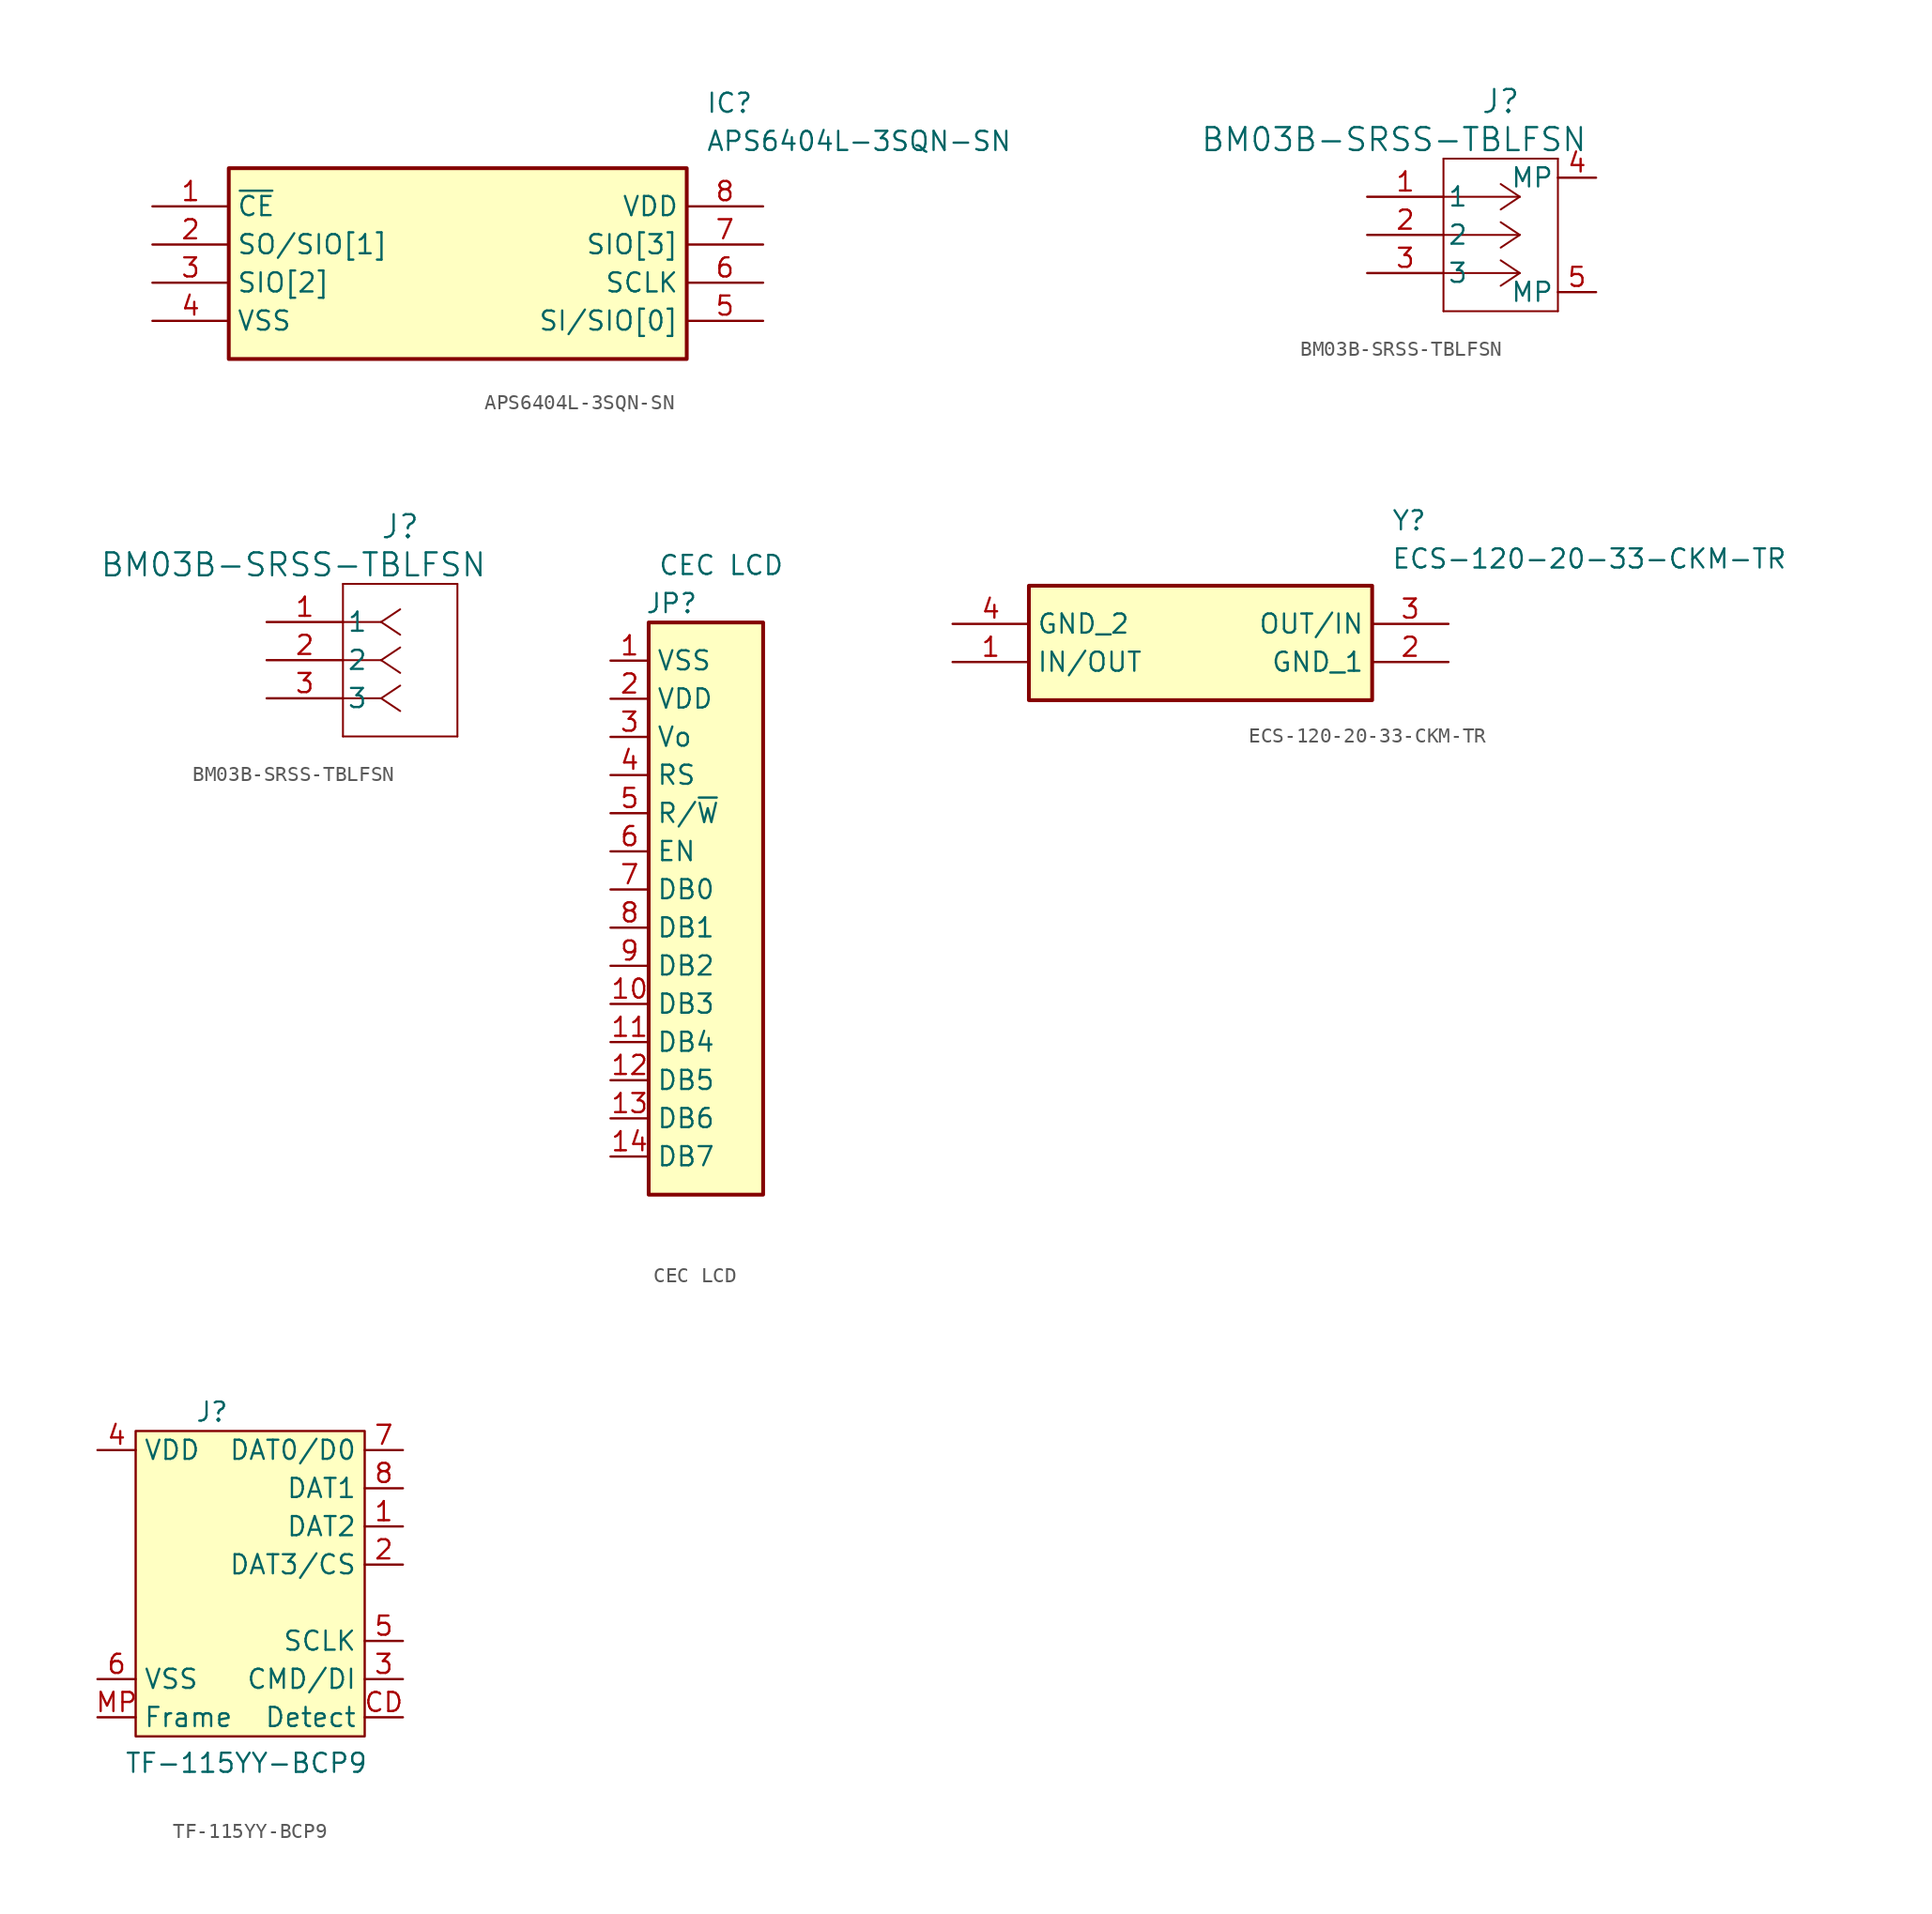
<source format=kicad_sym>
(kicad_symbol_lib
  (version 20231120)
  (generator "kicad_symbol_editor")
  (generator_version "8.0")
  (symbol "APS6404L-3SQN-SN"
    (property "Reference" "IC"
      (at 36.83 7.62 0)
      (effects (font (size 1.27 1.27)) (justify left top)))
    (property "Value" "APS6404L-3SQN-SN"
      (at 36.83 5.08 0)
      (effects (font (size 1.27 1.27)) (justify left top)))
    (symbol "APS6404L-3SQN-SN_1_1"
      (rectangle (start 5.08 2.54) (end 35.56 -10.16) (stroke (width 0.254) (type default)) (fill (type background)))
      (pin passive line (at 0 0 0) (length 5.08) (name "~{CE}" (effects (font (size 1.27 1.27)))) (number "1" (effects (font (size 1.27 1.27)))))
      (pin passive line (at 0 -2.54 0) (length 5.08) (name "SO/SIO[1]" (effects (font (size 1.27 1.27)))) (number "2" (effects (font (size 1.27 1.27)))))
      (pin passive line (at 0 -5.08 0) (length 5.08) (name "SIO[2]" (effects (font (size 1.27 1.27)))) (number "3" (effects (font (size 1.27 1.27)))))
      (pin passive line (at 0 -7.62 0) (length 5.08) (name "VSS" (effects (font (size 1.27 1.27)))) (number "4" (effects (font (size 1.27 1.27)))))
      (pin passive line (at 40.64 -7.62 180) (length 5.08) (name "SI/SIO[0]" (effects (font (size 1.27 1.27)))) (number "5" (effects (font (size 1.27 1.27)))))
      (pin passive line (at 40.64 -5.08 180) (length 5.08) (name "SCLK" (effects (font (size 1.27 1.27)))) (number "6" (effects (font (size 1.27 1.27)))))
      (pin passive line (at 40.64 -2.54 180) (length 5.08) (name "SIO[3]" (effects (font (size 1.27 1.27)))) (number "7" (effects (font (size 1.27 1.27)))))
      (pin passive line (at 40.64 0 180) (length 5.08) (name "VDD" (effects (font (size 1.27 1.27)))) (number "8" (effects (font (size 1.27 1.27)))))))
  (symbol "BM03B-SRSS-TBLFSN"
    (pin_names
      (offset 0.254))
    (property "Reference" "J"
      (at 8.89 6.35 0)
      (effects (font (size 1.524 1.524))))
    (property "Value" "BM03B-SRSS-TBLFSN"
      (at 1.778 3.81 0)
      (effects (font (size 1.524 1.524))))
    (property "ki_locked" ""
      (at 0 0 0)
      (effects (font (size 1.27 1.27))))
    (symbol "BM03B-SRSS-TBLFSN_1_1"
      (polyline (pts (xy 5.08 -7.62) (xy 12.7 -7.62)) (stroke (width 0.127) (type default)) (fill (type none)))
      (polyline (pts (xy 5.08 2.54) (xy 5.08 -7.62)) (stroke (width 0.127) (type default)) (fill (type none)))
      (polyline (pts (xy 10.16 -5.08) (xy 5.08 -5.08)) (stroke (width 0.127) (type default)) (fill (type none)))
      (polyline (pts (xy 10.16 -5.08) (xy 8.89 -5.927)) (stroke (width 0.127) (type default)) (fill (type none)))
      (polyline (pts (xy 10.16 -5.08) (xy 8.89 -4.233)) (stroke (width 0.127) (type default)) (fill (type none)))
      (polyline (pts (xy 10.16 -2.54) (xy 5.08 -2.54)) (stroke (width 0.127) (type default)) (fill (type none)))
      (polyline (pts (xy 10.16 -2.54) (xy 8.89 -3.387)) (stroke (width 0.127) (type default)) (fill (type none)))
      (polyline (pts (xy 10.16 -2.54) (xy 8.89 -1.693)) (stroke (width 0.127) (type default)) (fill (type none)))
      (polyline (pts (xy 10.16 0) (xy 5.08 0)) (stroke (width 0.127) (type default)) (fill (type none)))
      (polyline (pts (xy 10.16 0) (xy 8.89 -0.847)) (stroke (width 0.127) (type default)) (fill (type none)))
      (polyline (pts (xy 10.16 0) (xy 8.89 0.847)) (stroke (width 0.127) (type default)) (fill (type none)))
      (polyline (pts (xy 12.7 -7.62) (xy 12.7 2.54)) (stroke (width 0.127) (type default)) (fill (type none)))
      (polyline (pts (xy 12.7 2.54) (xy 5.08 2.54)) (stroke (width 0.127) (type default)) (fill (type none)))
      (pin unspecified line (at 0 0 0) (length 5.08) (name "1" (effects (font (size 1.27 1.27)))) (number "1" (effects (font (size 1.27 1.27)))))
      (pin unspecified line (at 0 -2.54 0) (length 5.08) (name "2" (effects (font (size 1.27 1.27)))) (number "2" (effects (font (size 1.27 1.27)))))
      (pin unspecified line (at 0 -5.08 0) (length 5.08) (name "3" (effects (font (size 1.27 1.27)))) (number "3" (effects (font (size 1.27 1.27)))))
      (pin passive line (at 15.24 1.27 180) (length 2.54) (name "MP" (effects (font (size 1.27 1.27)))) (number "4" (effects (font (size 1.27 1.27)))))
      (pin passive line (at 15.24 -6.35 180) (length 2.54) (name "MP" (effects (font (size 1.27 1.27)))) (number "5" (effects (font (size 1.27 1.27))))))
    (symbol "BM03B-SRSS-TBLFSN_1_2"
      (polyline (pts (xy 5.08 -7.62) (xy 12.7 -7.62)) (stroke (width 0.127) (type default)) (fill (type none)))
      (polyline (pts (xy 5.08 2.54) (xy 5.08 -7.62)) (stroke (width 0.127) (type default)) (fill (type none)))
      (polyline (pts (xy 7.62 -5.08) (xy 5.08 -5.08)) (stroke (width 0.127) (type default)) (fill (type none)))
      (polyline (pts (xy 7.62 -5.08) (xy 8.89 -5.927)) (stroke (width 0.127) (type default)) (fill (type none)))
      (polyline (pts (xy 7.62 -5.08) (xy 8.89 -4.233)) (stroke (width 0.127) (type default)) (fill (type none)))
      (polyline (pts (xy 7.62 -2.54) (xy 5.08 -2.54)) (stroke (width 0.127) (type default)) (fill (type none)))
      (polyline (pts (xy 7.62 -2.54) (xy 8.89 -3.387)) (stroke (width 0.127) (type default)) (fill (type none)))
      (polyline (pts (xy 7.62 -2.54) (xy 8.89 -1.693)) (stroke (width 0.127) (type default)) (fill (type none)))
      (polyline (pts (xy 7.62 0) (xy 5.08 0)) (stroke (width 0.127) (type default)) (fill (type none)))
      (polyline (pts (xy 7.62 0) (xy 8.89 -0.847)) (stroke (width 0.127) (type default)) (fill (type none)))
      (polyline (pts (xy 7.62 0) (xy 8.89 0.847)) (stroke (width 0.127) (type default)) (fill (type none)))
      (polyline (pts (xy 12.7 -7.62) (xy 12.7 2.54)) (stroke (width 0.127) (type default)) (fill (type none)))
      (polyline (pts (xy 12.7 2.54) (xy 5.08 2.54)) (stroke (width 0.127) (type default)) (fill (type none)))
      (pin unspecified line (at 0 0 0) (length 5.08) (name "1" (effects (font (size 1.27 1.27)))) (number "1" (effects (font (size 1.27 1.27)))))
      (pin unspecified line (at 0 -2.54 0) (length 5.08) (name "2" (effects (font (size 1.27 1.27)))) (number "2" (effects (font (size 1.27 1.27)))))
      (pin unspecified line (at 0 -5.08 0) (length 5.08) (name "3" (effects (font (size 1.27 1.27)))) (number "3" (effects (font (size 1.27 1.27)))))))
  (symbol "CEC LCD"
    (property "Reference" "JP"
      (at 4.064 3.81 0)
      (effects (font (size 1.27 1.27))))
    (property "Value" "CEC LCD"
      (at 7.366 6.35 0)
      (effects (font (size 1.27 1.27))))
    (symbol "CEC LCD_0_1"
      (rectangle (start 2.54 2.54) (end 10.16 -35.56) (stroke (width 0.254) (type default)) (fill (type background))))
    (symbol "CEC LCD_1_1"
      (pin power_in line (at 0 0 0) (length 2.54) (name "VSS" (effects (font (size 1.27 1.27)))) (number "1" (effects (font (size 1.27 1.27)))))
      (pin bidirectional line (at 0 -22.86 0) (length 2.54) (name "DB3" (effects (font (size 1.27 1.27)))) (number "10" (effects (font (size 1.27 1.27)))))
      (pin bidirectional line (at 0 -25.4 0) (length 2.54) (name "DB4" (effects (font (size 1.27 1.27)))) (number "11" (effects (font (size 1.27 1.27)))))
      (pin bidirectional line (at 0 -27.94 0) (length 2.54) (name "DB5" (effects (font (size 1.27 1.27)))) (number "12" (effects (font (size 1.27 1.27)))))
      (pin bidirectional line (at 0 -30.48 0) (length 2.54) (name "DB6" (effects (font (size 1.27 1.27)))) (number "13" (effects (font (size 1.27 1.27)))))
      (pin bidirectional line (at 0 -33.02 0) (length 2.54) (name "DB7" (effects (font (size 1.27 1.27)))) (number "14" (effects (font (size 1.27 1.27)))))
      (pin power_in line (at 0 -2.54 0) (length 2.54) (name "VDD" (effects (font (size 1.27 1.27)))) (number "2" (effects (font (size 1.27 1.27)))))
      (pin input line (at 0 -5.08 0) (length 2.54) (name "Vo" (effects (font (size 1.27 1.27)))) (number "3" (effects (font (size 1.27 1.27)))))
      (pin input line (at 0 -7.62 0) (length 2.54) (name "RS" (effects (font (size 1.27 1.27)))) (number "4" (effects (font (size 1.27 1.27)))))
      (pin input line (at 0 -10.16 0) (length 2.54) (name "R/~{W}" (effects (font (size 1.27 1.27)))) (number "5" (effects (font (size 1.27 1.27)))))
      (pin input line (at 0 -12.7 0) (length 2.54) (name "EN" (effects (font (size 1.27 1.27)))) (number "6" (effects (font (size 1.27 1.27)))))
      (pin bidirectional line (at 0 -15.24 0) (length 2.54) (name "DB0" (effects (font (size 1.27 1.27)))) (number "7" (effects (font (size 1.27 1.27)))))
      (pin bidirectional line (at 0 -17.78 0) (length 2.54) (name "DB1" (effects (font (size 1.27 1.27)))) (number "8" (effects (font (size 1.27 1.27)))))
      (pin bidirectional line (at 0 -20.32 0) (length 2.54) (name "DB2" (effects (font (size 1.27 1.27)))) (number "9" (effects (font (size 1.27 1.27)))))))
  (symbol "ECS-120-20-33-CKM-TR"
    (property "Reference" "Y"
      (at 29.21 7.62 0)
      (effects (font (size 1.27 1.27)) (justify left top)))
    (property "Value" "ECS-120-20-33-CKM-TR"
      (at 29.21 5.08 0)
      (effects (font (size 1.27 1.27)) (justify left top)))
    (symbol "ECS-120-20-33-CKM-TR_1_1"
      (rectangle (start 5.08 2.54) (end 27.94 -5.08) (stroke (width 0.254) (type default)) (fill (type background)))
      (pin passive line (at 0 -2.54 0) (length 5.08) (name "IN/OUT" (effects (font (size 1.27 1.27)))) (number "1" (effects (font (size 1.27 1.27)))))
      (pin passive line (at 33.02 -2.54 180) (length 5.08) (name "GND_1" (effects (font (size 1.27 1.27)))) (number "2" (effects (font (size 1.27 1.27)))))
      (pin passive line (at 33.02 0 180) (length 5.08) (name "OUT/IN" (effects (font (size 1.27 1.27)))) (number "3" (effects (font (size 1.27 1.27)))))
      (pin passive line (at 0 0 0) (length 5.08) (name "GND_2" (effects (font (size 1.27 1.27)))) (number "4" (effects (font (size 1.27 1.27)))))))
  (symbol "TF-115YY-BCP9"
    (property "Reference" "J"
      (at 7.62 2.54 0)
      (effects (font (size 1.27 1.27))))
    (property "Value" "TF-115YY-BCP9"
      (at 9.906 -20.828 0)
      (effects (font (size 1.27 1.27))))
    (symbol "TF-115YY-BCP9_1_1"
      (rectangle (start 2.54 1.27) (end 17.78 -19.05) (stroke (width 0) (type default)) (fill (type background)))
      (pin bidirectional line (at 20.32 -5.08 180) (length 2.54) (name "DAT2" (effects (font (size 1.27 1.27)))) (number "1" (effects (font (size 1.27 1.27)))))
      (pin bidirectional line (at 20.32 -7.62 180) (length 2.54) (name "DAT3/CS" (effects (font (size 1.27 1.27)))) (number "2" (effects (font (size 1.27 1.27)))))
      (pin bidirectional line (at 20.32 -15.24 180) (length 2.54) (name "CMD/DI" (effects (font (size 1.27 1.27)))) (number "3" (effects (font (size 1.27 1.27)))))
      (pin power_in line (at 0 0 0) (length 2.54) (name "VDD" (effects (font (size 1.27 1.27)))) (number "4" (effects (font (size 1.27 1.27)))))
      (pin input line (at 20.32 -12.7 180) (length 2.54) (name "SCLK" (effects (font (size 1.27 1.27)))) (number "5" (effects (font (size 1.27 1.27)))))
      (pin power_in line (at 0 -15.24 0) (length 2.54) (name "VSS" (effects (font (size 1.27 1.27)))) (number "6" (effects (font (size 1.27 1.27)))))
      (pin bidirectional line (at 20.32 0 180) (length 2.54) (name "DAT0/D0" (effects (font (size 1.27 1.27)))) (number "7" (effects (font (size 1.27 1.27)))))
      (pin bidirectional line (at 20.32 -2.54 180) (length 2.54) (name "DAT1" (effects (font (size 1.27 1.27)))) (number "8" (effects (font (size 1.27 1.27)))))
      (pin bidirectional line (at 20.32 -17.78 180) (length 2.54) (name "Detect" (effects (font (size 1.27 1.27)))) (number "CD" (effects (font (size 1.27 1.27)))))
      (pin passive line (at 0 -17.78 0) (length 2.54) (name "Frame" (effects (font (size 1.27 1.27)))) (number "MP" (effects (font (size 1.27 1.27))))))))
</source>
